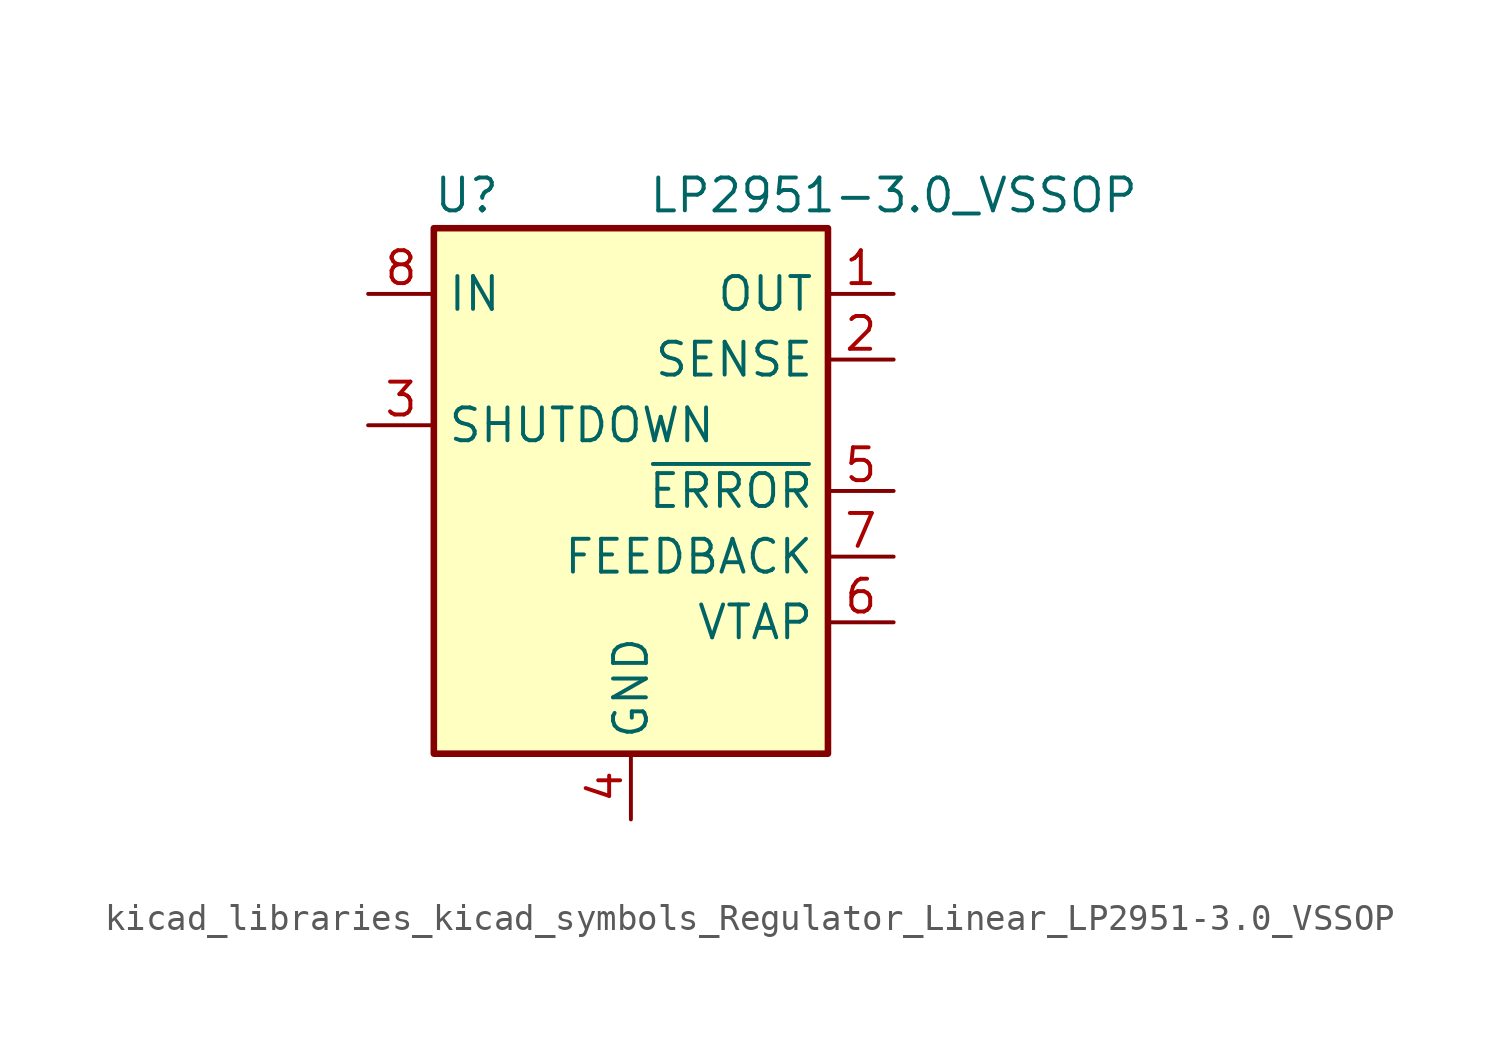
<source format=kicad_sym>
(kicad_symbol_lib
  (version 20220914)
  (generator kicad_symbol_editor)
  (symbol "kicad_libraries_kicad_symbols_Regulator_Linear_LP2951-3.0_VSSOP"
    (property "Reference" "U"
      (at -6.35 11.43 0)
      (effects (font (size 1.27 1.27))))
    (property "Value" "LP2951-3.0_VSSOP"
      (at 10.16 11.43 0)
      (effects (font (size 1.27 1.27))))
    (symbol "kicad_libraries_kicad_symbols_Regulator_Linear_LP2951-3.0_VSSOP_0_1"
      (rectangle (start -7.62 10.16) (end 7.62 -10.16) (stroke (width 0.254) (type default)) (fill (type background))))
    (symbol "kicad_libraries_kicad_symbols_Regulator_Linear_LP2951-3.0_VSSOP_1_1"
      (pin power_out line (at 10.16 7.62 180) (length 2.54) (name "OUT" (effects (font (size 1.27 1.27)))) (number "1" (effects (font (size 1.27 1.27)))))
      (pin passive line (at 10.16 5.08 180) (length 2.54) (name "SENSE" (effects (font (size 1.27 1.27)))) (number "2" (effects (font (size 1.27 1.27)))))
      (pin input line (at -10.16 2.54 0) (length 2.54) (name "SHUTDOWN" (effects (font (size 1.27 1.27)))) (number "3" (effects (font (size 1.27 1.27)))))
      (pin power_in line (at 0 -12.7 90) (length 2.54) (name "GND" (effects (font (size 1.27 1.27)))) (number "4" (effects (font (size 1.27 1.27)))))
      (pin open_collector line (at 10.16 0 180) (length 2.54) (name "~{ERROR}" (effects (font (size 1.27 1.27)))) (number "5" (effects (font (size 1.27 1.27)))))
      (pin input line (at 10.16 -5.08 180) (length 2.54) (name "VTAP" (effects (font (size 1.27 1.27)))) (number "6" (effects (font (size 1.27 1.27)))))
      (pin input line (at 10.16 -2.54 180) (length 2.54) (name "FEEDBACK" (effects (font (size 1.27 1.27)))) (number "7" (effects (font (size 1.27 1.27)))))
      (pin power_in line (at -10.16 7.62 0) (length 2.54) (name "IN" (effects (font (size 1.27 1.27)))) (number "8" (effects (font (size 1.27 1.27))))))))
</source>
